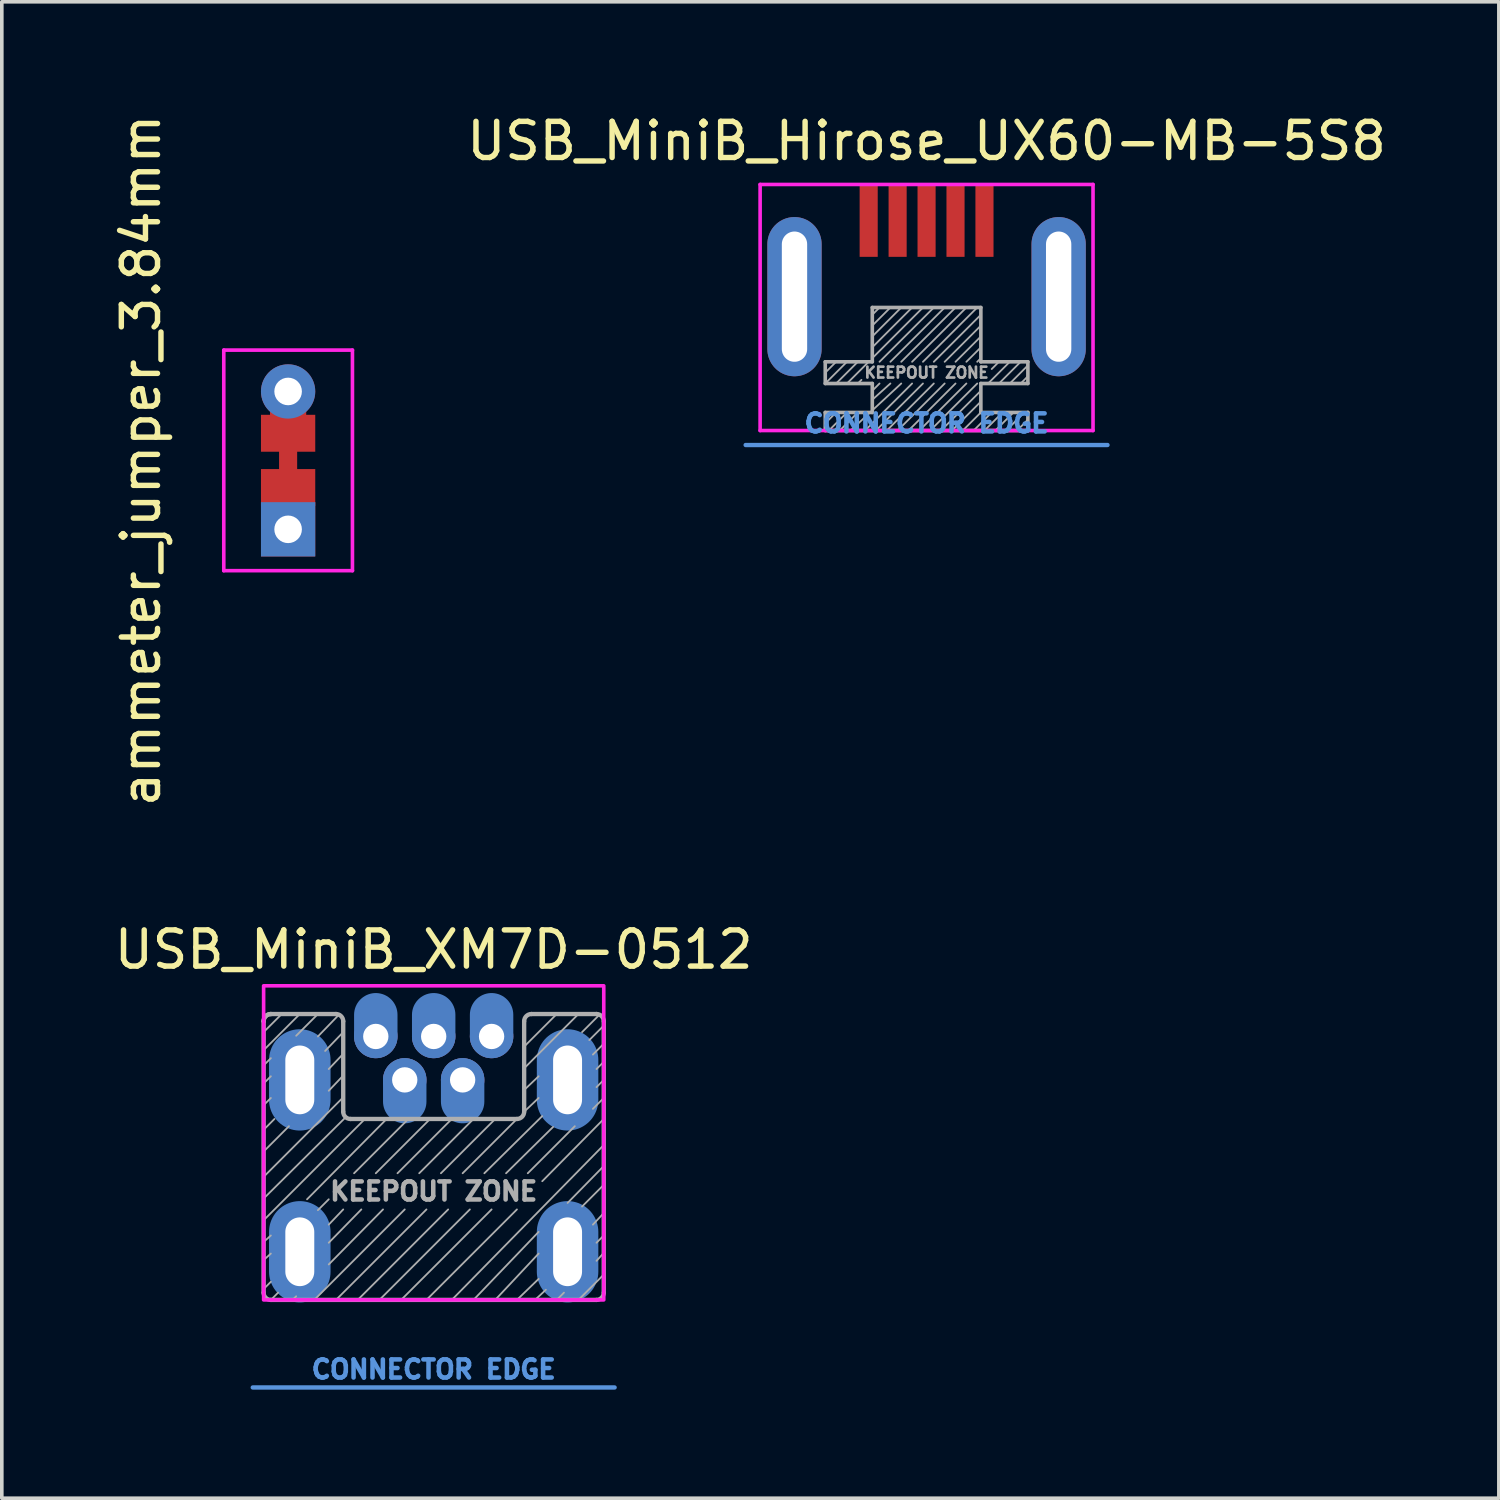
<source format=kicad_pcb>
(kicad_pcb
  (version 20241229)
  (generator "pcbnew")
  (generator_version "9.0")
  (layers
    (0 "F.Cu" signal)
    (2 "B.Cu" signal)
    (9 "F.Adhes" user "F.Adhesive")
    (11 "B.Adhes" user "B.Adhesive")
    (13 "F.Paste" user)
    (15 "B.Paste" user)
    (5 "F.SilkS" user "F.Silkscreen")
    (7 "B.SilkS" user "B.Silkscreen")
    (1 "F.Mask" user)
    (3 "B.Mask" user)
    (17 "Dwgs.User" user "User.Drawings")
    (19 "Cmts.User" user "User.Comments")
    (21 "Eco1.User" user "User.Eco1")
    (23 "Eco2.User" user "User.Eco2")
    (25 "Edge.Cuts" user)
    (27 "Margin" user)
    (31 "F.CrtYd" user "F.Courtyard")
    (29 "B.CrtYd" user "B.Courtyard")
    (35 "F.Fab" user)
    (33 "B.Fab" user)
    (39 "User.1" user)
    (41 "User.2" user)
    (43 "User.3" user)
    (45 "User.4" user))
  (footprint "ammeter_jumper_3.84mm"
    (layer "F.Cu")
    (at 4.912 9.673)
    (property "Reference" "ammeter_jumper_3.84mm" (at -4.064 0 90) (layer "F.SilkS") (effects (font (size 1 1) (thickness 0.15))))
    (attr through_hole exclude_from_bom)
    (fp_line (start 0 0.75) (end 0 -0.75) (stroke (width 0.5) (type default)) (layer "F.Cu"))
    (fp_line (start -1.778 3.048) (end -1.778 -3.048) (stroke (width 0.1) (type solid)) (layer "F.CrtYd"))
    (fp_line (start 1.778 -3.048) (end -1.778 -3.048) (stroke (width 0.1) (type solid)) (layer "F.CrtYd"))
    (fp_line (start 1.778 -3.048) (end 1.778 3.048) (stroke (width 0.1) (type solid)) (layer "F.CrtYd"))
    (fp_line (start 1.778 3.048) (end -1.778 3.048) (stroke (width 0.1) (type solid)) (layer "F.CrtYd"))
    (pad "1" thru_hole circle (at 0 -1.905) (size 1.5 1.5) (drill 0.762) (layers "*.Cu" "*.Mask"))
    (pad "1" smd custom (at 0 -0.75 270) (size 1.02 1.5) (layers "F.Cu" "F.Mask") (options (anchor rect)) (primitives (gr_line (start -1.155 0) (end 0 0) (width 1))))
    (pad "2" smd custom (at 0 0.75 270) (size 1.02 1.5) (layers "F.Cu" "F.Mask") (options (anchor rect)) (primitives (gr_line (start -0.115 0) (end -0.115 0) (width 0.2)) (gr_line (start 0 0) (end 1.155 0) (width 1)) (gr_rect (start -0.365 -0.3) (end 0.135 0.3) (width 0) (fill yes))))
    (pad "2" thru_hole rect (at 0 1.905) (size 1.5 1.5) (drill 0.762) (layers "*.Cu" "*.Mask")))
  (footprint "USB_MiniB_Hirose_UX60-MB-5S8"
    (layer "F.Cu")
    (at 22.556 2.048)
    (property "Reference" "USB_MiniB_Hirose_UX60-MB-5S8" (at 0 -1.2 0) (layer "F.SilkS") (effects (font (size 1 1) (thickness 0.15))))
    (attr through_hole)
    (fp_line (start -5 7.2) (end 5 7.2) (stroke (width 0.12) (type solid)) (layer "Cmts.User"))
    (fp_line (start -4.6 0) (end 4.6 0) (stroke (width 0.1) (type solid)) (layer "F.CrtYd"))
    (fp_line (start -4.6 6.8) (end -4.6 0) (stroke (width 0.1) (type solid)) (layer "F.CrtYd"))
    (fp_line (start -4.6 6.8) (end 4.6 6.8) (stroke (width 0.1) (type solid)) (layer "F.CrtYd"))
    (fp_line (start 4.6 6.8) (end 4.6 0) (stroke (width 0.1) (type solid)) (layer "F.CrtYd"))
    (fp_line (start -2.8 4.9) (end -2.8 5.5) (stroke (width 0.1) (type solid)) (layer "F.Fab"))
    (fp_line (start -2.8 4.9) (end -1.5 4.9) (stroke (width 0.1) (type solid)) (layer "F.Fab"))
    (fp_line (start -2.8 5.2) (end -2.5 4.9) (stroke (width 0.05) (type solid)) (layer "F.Fab"))
    (fp_line (start -2.8 5.5) (end -2.2 4.9) (stroke (width 0.05) (type solid)) (layer "F.Fab"))
    (fp_line (start -2.8 5.5) (end -1.5 5.5) (stroke (width 0.1) (type solid)) (layer "F.Fab"))
    (fp_line (start -2.8 6.3) (end -2.8 6.8) (stroke (width 0.1) (type solid)) (layer "F.Fab"))
    (fp_line (start -2.8 6.3) (end -1.5 6.3) (stroke (width 0.1) (type solid)) (layer "F.Fab"))
    (fp_line (start -2.8 6.6) (end -2.5 6.3) (stroke (width 0.05) (type solid)) (layer "F.Fab"))
    (fp_line (start -2.7 6.8) (end -2.2 6.3) (stroke (width 0.05) (type solid)) (layer "F.Fab"))
    (fp_line (start -2.5 5.5) (end -1.9 4.9) (stroke (width 0.05) (type solid)) (layer "F.Fab"))
    (fp_line (start -2.4 6.8) (end -1.9 6.3) (stroke (width 0.05) (type solid)) (layer "F.Fab"))
    (fp_line (start -2.2 5.5) (end -1.6 4.9) (stroke (width 0.05) (type solid)) (layer "F.Fab"))
    (fp_line (start -2.1 6.8) (end -0.7 5.5) (stroke (width 0.05) (type solid)) (layer "F.Fab"))
    (fp_line (start -1.9 5.5) (end -1.8 5.4) (stroke (width 0.05) (type solid)) (layer "F.Fab"))
    (fp_line (start -1.7 6.8) (end -0.4 5.5) (stroke (width 0.05) (type solid)) (layer "F.Fab"))
    (fp_line (start -1.5 3.4) (end -1.5 4.9) (stroke (width 0.1) (type solid)) (layer "F.Fab"))
    (fp_line (start -1.5 3.4) (end 1.5 3.4) (stroke (width 0.1) (type solid)) (layer "F.Fab"))
    (fp_line (start -1.5 3.6) (end -1.3 3.4) (stroke (width 0.05) (type solid)) (layer "F.Fab"))
    (fp_line (start -1.5 3.9) (end -1 3.4) (stroke (width 0.05) (type solid)) (layer "F.Fab"))
    (fp_line (start -1.5 4.2) (end -0.7 3.4) (stroke (width 0.05) (type solid)) (layer "F.Fab"))
    (fp_line (start -1.5 4.5) (end -0.4 3.4) (stroke (width 0.05) (type solid)) (layer "F.Fab"))
    (fp_line (start -1.5 4.8) (end -0.1 3.4) (stroke (width 0.05) (type solid)) (layer "F.Fab"))
    (fp_line (start -1.5 5.7) (end -1.3 5.5) (stroke (width 0.05) (type solid)) (layer "F.Fab"))
    (fp_line (start -1.5 5.95) (end -1 5.5) (stroke (width 0.05) (type solid)) (layer "F.Fab"))
    (fp_line (start -1.5 6.3) (end -1.5 5.5) (stroke (width 0.1) (type solid)) (layer "F.Fab"))
    (fp_line (start -1.4 6.8) (end -0.1 5.5) (stroke (width 0.05) (type solid)) (layer "F.Fab"))
    (fp_line (start -1.3 4.9) (end 0.2 3.4) (stroke (width 0.05) (type solid)) (layer "F.Fab"))
    (fp_line (start -1.1 6.8) (end 0.2 5.5) (stroke (width 0.05) (type solid)) (layer "F.Fab"))
    (fp_line (start -1 4.9) (end 0.5 3.4) (stroke (width 0.05) (type solid)) (layer "F.Fab"))
    (fp_line (start -0.8 6.8) (end 0.5 5.5) (stroke (width 0.05) (type solid)) (layer "F.Fab"))
    (fp_line (start -0.7 4.9) (end 0.8 3.4) (stroke (width 0.05) (type solid)) (layer "F.Fab"))
    (fp_line (start -0.5 6.8) (end 0.8 5.5) (stroke (width 0.05) (type solid)) (layer "F.Fab"))
    (fp_line (start -0.4 4.9) (end 1.1 3.4) (stroke (width 0.05) (type solid)) (layer "F.Fab"))
    (fp_line (start -0.2 6.8) (end 1.1 5.5) (stroke (width 0.05) (type solid)) (layer "F.Fab"))
    (fp_line (start -0.1 4.9) (end 1.4 3.4) (stroke (width 0.05) (type solid)) (layer "F.Fab"))
    (fp_line (start 0.1 6.8) (end 1.4 5.5) (stroke (width 0.05) (type solid)) (layer "F.Fab"))
    (fp_line (start 0.2 4.9) (end 1.5 3.6) (stroke (width 0.05) (type solid)) (layer "F.Fab"))
    (fp_line (start 0.4 6.8) (end 1.5 5.7) (stroke (width 0.05) (type solid)) (layer "F.Fab"))
    (fp_line (start 0.5 4.9) (end 1.5 3.9) (stroke (width 0.05) (type solid)) (layer "F.Fab"))
    (fp_line (start 0.7 6.8) (end 1.5 6) (stroke (width 0.05) (type solid)) (layer "F.Fab"))
    (fp_line (start 0.8 4.9) (end 1.5 4.2) (stroke (width 0.05) (type solid)) (layer "F.Fab"))
    (fp_line (start 1 6.8) (end 1.5 6.3) (stroke (width 0.05) (type solid)) (layer "F.Fab"))
    (fp_line (start 1.1 4.9) (end 1.5 4.5) (stroke (width 0.05) (type solid)) (layer "F.Fab"))
    (fp_line (start 1.3 6.8) (end 1.8 6.3) (stroke (width 0.05) (type solid)) (layer "F.Fab"))
    (fp_line (start 1.4 4.9) (end 1.5 4.8) (stroke (width 0.05) (type solid)) (layer "F.Fab"))
    (fp_line (start 1.5 3.4) (end 1.5 4.9) (stroke (width 0.1) (type solid)) (layer "F.Fab"))
    (fp_line (start 1.5 4.9) (end 2.8 4.9) (stroke (width 0.1) (type solid)) (layer "F.Fab"))
    (fp_line (start 1.5 5.5) (end 2.8 5.5) (stroke (width 0.1) (type solid)) (layer "F.Fab"))
    (fp_line (start 1.5 6.3) (end 1.5 5.5) (stroke (width 0.1) (type solid)) (layer "F.Fab"))
    (fp_line (start 1.5 6.3) (end 2.8 6.3) (stroke (width 0.1) (type solid)) (layer "F.Fab"))
    (fp_line (start 1.6 6.8) (end 2.1 6.3) (stroke (width 0.05) (type solid)) (layer "F.Fab"))
    (fp_line (start 1.7 5.5) (end 2.3 4.9) (stroke (width 0.05) (type solid)) (layer "F.Fab"))
    (fp_line (start 1.8 5.1) (end 2 4.9) (stroke (width 0.05) (type solid)) (layer "F.Fab"))
    (fp_line (start 1.9 6.8) (end 2.4 6.3) (stroke (width 0.05) (type solid)) (layer "F.Fab"))
    (fp_line (start 2 5.5) (end 2.6 4.9) (stroke (width 0.05) (type solid)) (layer "F.Fab"))
    (fp_line (start 2.2 6.8) (end 2.7 6.3) (stroke (width 0.05) (type solid)) (layer "F.Fab"))
    (fp_line (start 2.3 5.5) (end 2.8 5) (stroke (width 0.05) (type solid)) (layer "F.Fab"))
    (fp_line (start 2.5 6.8) (end 2.8 6.5) (stroke (width 0.05) (type solid)) (layer "F.Fab"))
    (fp_line (start 2.6 5.5) (end 2.8 5.3) (stroke (width 0.05) (type solid)) (layer "F.Fab"))
    (fp_line (start 2.8 4.9) (end 2.8 5.5) (stroke (width 0.1) (type solid)) (layer "F.Fab"))
    (fp_line (start 2.8 6.3) (end 2.8 6.8) (stroke (width 0.1) (type solid)) (layer "F.Fab"))
    (fp_line (start 2.8 6.8) (end -2.8 6.8) (stroke (width 0.1) (type solid)) (layer "F.Fab"))
    (fp_text user "CONNECTOR EDGE" (at 0 6.6 0) (layer "Cmts.User") (effects (font (size 0.5 0.5) (thickness 0.125))))
    (fp_text user "KEEPOUT ZONE" (at 0 5.2 0) (layer "F.Fab") (effects (font (size 0.3 0.3) (thickness 0.075))))
    (pad "1" smd rect (at -1.6 1) (size 0.5 2) (layers "F.Cu" "F.Mask" "F.Paste"))
    (pad "2" smd rect (at -0.8 1) (size 0.5 2) (layers "F.Cu" "F.Mask" "F.Paste"))
    (pad "3" smd rect (at 0 1) (size 0.5 2) (layers "F.Cu" "F.Mask" "F.Paste"))
    (pad "4" smd rect (at 0.8 1) (size 0.5 2) (layers "F.Cu" "F.Mask" "F.Paste"))
    (pad "5" smd rect (at 1.6 1) (size 0.5 2) (layers "F.Cu" "F.Mask" "F.Paste"))
    (pad "6" thru_hole oval (at -3.65 3.1) (size 1.5 4.4) (drill oval 0.7 3.6) (layers "*.Cu" "*.Mask"))
    (pad "6" thru_hole oval (at 3.65 3.1) (size 1.5 4.4) (drill oval 0.7 3.6) (layers "*.Cu" "*.Mask")))
  (footprint "USB_MiniB_XM7D-0512"
    (layer "F.Cu")
    (at 8.935 26.793)
    (property "Reference" "USB_MiniB_XM7D-0512" (at 0 -3.6 0) (layer "F.SilkS") (effects (font (size 1 1) (thickness 0.15))))
    (attr through_hole)
    (fp_line (start -5 8.5) (end 5 8.5) (stroke (width 0.12) (type solid)) (layer "Cmts.User"))
    (fp_rect (start -4.7 -2.6) (end 4.7 6.08) (stroke (width 0.1) (type solid)) (fill no) (layer "F.CrtYd"))
    (fp_line (start -4.7 -1.32) (end -4.2 -1.82) (stroke (width 0.05) (type solid)) (layer "F.Fab"))
    (fp_line (start -4.7 -0.82) (end -3.7 -1.82) (stroke (width 0.05) (type solid)) (layer "F.Fab"))
    (fp_line (start -4.7 -0.4) (end -4.5 -0.6) (stroke (width 0.05) (type solid)) (layer "F.Fab"))
    (fp_line (start -4.7 0.1) (end -4.5 -0.1) (stroke (width 0.05) (type solid)) (layer "F.Fab"))
    (fp_line (start -4.7 0.7) (end -4.5 0.5) (stroke (width 0.05) (type solid)) (layer "F.Fab"))
    (fp_line (start -4.7 1.38) (end -4.4 1.08) (stroke (width 0.05) (type solid)) (layer "F.Fab"))
    (fp_line (start -4.7 1.98) (end -4 1.28) (stroke (width 0.05) (type solid)) (layer "F.Fab"))
    (fp_line (start -4.7 2.68) (end -2.5 0.48) (stroke (width 0.05) (type solid)) (layer "F.Fab"))
    (fp_line (start -4.7 3.28) (end -2.45 1.05) (stroke (width 0.05) (type solid)) (layer "F.Fab"))
    (fp_line (start -4.7 3.88) (end -1.9 1.08) (stroke (width 0.05) (type solid)) (layer "F.Fab"))
    (fp_line (start -4.7 4.48) (end -4.5 4.3) (stroke (width 0.05) (type solid)) (layer "F.Fab"))
    (fp_line (start -4.7 4.98) (end -4.5 4.8) (stroke (width 0.05) (type solid)) (layer "F.Fab"))
    (fp_line (start -4.7 5.78) (end -4.5 5.58) (stroke (width 0.05) (type solid)) (layer "F.Fab"))
    (fp_line (start -4.7 5.88) (end -4.7 -1.62) (stroke (width 0.12) (type solid)) (layer "F.Fab"))
    (fp_line (start -4.5 -1.82) (end -2.7 -1.82) (stroke (width 0.12) (type solid)) (layer "F.Fab"))
    (fp_line (start -4.5 6.08) (end -4.3 5.88) (stroke (width 0.05) (type solid)) (layer "F.Fab"))
    (fp_line (start -3.9 6.08) (end -3.8 5.98) (stroke (width 0.05) (type solid)) (layer "F.Fab"))
    (fp_line (start -3.8 -1.22) (end -3.2 -1.82) (stroke (width 0.05) (type solid)) (layer "F.Fab"))
    (fp_line (start -3.5 3.3) (end -1.3 1.08) (stroke (width 0.05) (type solid)) (layer "F.Fab"))
    (fp_line (start -3.3 6.08) (end -0.8 3.58) (stroke (width 0.05) (type solid)) (layer "F.Fab"))
    (fp_line (start -3.2 -1.2) (end -2.6 -1.82) (stroke (width 0.05) (type solid)) (layer "F.Fab"))
    (fp_line (start -3.2 3.6) (end -2.9 3.3) (stroke (width 0.05) (type solid)) (layer "F.Fab"))
    (fp_line (start -3 -0.8) (end -2.5 -1.32) (stroke (width 0.05) (type solid)) (layer "F.Fab"))
    (fp_line (start -2.9 -0.3) (end -2.5 -0.72) (stroke (width 0.05) (type solid)) (layer "F.Fab"))
    (fp_line (start -2.9 0.3) (end -2.5 -0.12) (stroke (width 0.05) (type solid)) (layer "F.Fab"))
    (fp_line (start -2.9 4) (end -2.5 3.58) (stroke (width 0.05) (type solid)) (layer "F.Fab"))
    (fp_line (start -2.9 4.5) (end -2 3.58) (stroke (width 0.05) (type solid)) (layer "F.Fab"))
    (fp_line (start -2.9 5.1) (end -1.4 3.58) (stroke (width 0.05) (type solid)) (layer "F.Fab"))
    (fp_line (start -2.7 6.08) (end -0.2 3.58) (stroke (width 0.05) (type solid)) (layer "F.Fab"))
    (fp_line (start -2.5 -1.62) (end -2.5 0.88) (stroke (width 0.12) (type solid)) (layer "F.Fab"))
    (fp_line (start -2.3 1.08) (end 2.3 1.08) (stroke (width 0.12) (type solid)) (layer "F.Fab"))
    (fp_line (start -2.2 2.58) (end -0.7 1.08) (stroke (width 0.05) (type solid)) (layer "F.Fab"))
    (fp_line (start -2.1 6.08) (end 0.4 3.58) (stroke (width 0.05) (type solid)) (layer "F.Fab"))
    (fp_line (start -1.6 2.58) (end -0.1 1.08) (stroke (width 0.05) (type solid)) (layer "F.Fab"))
    (fp_line (start -1.5 6.08) (end 1 3.58) (stroke (width 0.05) (type solid)) (layer "F.Fab"))
    (fp_line (start -1 2.58) (end 0.5 1.08) (stroke (width 0.05) (type solid)) (layer "F.Fab"))
    (fp_line (start -0.9 6.08) (end 1.6 3.58) (stroke (width 0.05) (type solid)) (layer "F.Fab"))
    (fp_line (start -0.4 2.58) (end 1.1 1.08) (stroke (width 0.05) (type solid)) (layer "F.Fab"))
    (fp_line (start -0.2 6.08) (end 2.3 3.58) (stroke (width 0.05) (type solid)) (layer "F.Fab"))
    (fp_line (start 0.2 2.58) (end 1.7 1.08) (stroke (width 0.05) (type solid)) (layer "F.Fab"))
    (fp_line (start 0.5 6.08) (end 4.7 1.8) (stroke (width 0.05) (type solid)) (layer "F.Fab"))
    (fp_line (start 0.8 2.58) (end 2.3 1.08) (stroke (width 0.05) (type solid)) (layer "F.Fab"))
    (fp_line (start 1.1 6.08) (end 2.9 4.2) (stroke (width 0.05) (type solid)) (layer "F.Fab"))
    (fp_line (start 1.4 2.58) (end 3 1) (stroke (width 0.05) (type solid)) (layer "F.Fab"))
    (fp_line (start 1.7 6.08) (end 2.9 4.8) (stroke (width 0.05) (type solid)) (layer "F.Fab"))
    (fp_line (start 2 2.58) (end 3.3 1.3) (stroke (width 0.05) (type solid)) (layer "F.Fab"))
    (fp_line (start 2.3 6.08) (end 2.9 5.5) (stroke (width 0.05) (type solid)) (layer "F.Fab"))
    (fp_line (start 2.5 -0.92) (end 3.4 -1.82) (stroke (width 0.05) (type solid)) (layer "F.Fab"))
    (fp_line (start 2.5 -0.32) (end 4 -1.82) (stroke (width 0.05) (type solid)) (layer "F.Fab"))
    (fp_line (start 2.5 0.28) (end 2.9 -0.1) (stroke (width 0.05) (type solid)) (layer "F.Fab"))
    (fp_line (start 2.5 0.88) (end 2.5 -1.62) (stroke (width 0.12) (type solid)) (layer "F.Fab"))
    (fp_line (start 2.5 0.88) (end 2.9 0.5) (stroke (width 0.05) (type solid)) (layer "F.Fab"))
    (fp_line (start 2.6 2.58) (end 3.9 1.28) (stroke (width 0.05) (type solid)) (layer "F.Fab"))
    (fp_line (start 2.7 -1.82) (end 4.5 -1.82) (stroke (width 0.12) (type solid)) (layer "F.Fab"))
    (fp_line (start 2.8 6.08) (end 3.1 5.8) (stroke (width 0.05) (type solid)) (layer "F.Fab"))
    (fp_line (start 3 2.8) (end 4.7 1.08) (stroke (width 0.05) (type solid)) (layer "F.Fab"))
    (fp_line (start 3.4 6.08) (end 3.6 5.88) (stroke (width 0.05) (type solid)) (layer "F.Fab"))
    (fp_line (start 3.7 3.4) (end 4.7 2.38) (stroke (width 0.05) (type solid)) (layer "F.Fab"))
    (fp_line (start 4 6.08) (end 4.7 5.38) (stroke (width 0.05) (type solid)) (layer "F.Fab"))
    (fp_line (start 4.1 -1.32) (end 4.6 -1.82) (stroke (width 0.05) (type solid)) (layer "F.Fab"))
    (fp_line (start 4.1 3.5) (end 4.7 2.9) (stroke (width 0.05) (type solid)) (layer "F.Fab"))
    (fp_line (start 4.3 -1.1) (end 4.7 -1.5) (stroke (width 0.05) (type solid)) (layer "F.Fab"))
    (fp_line (start 4.4 -0.7) (end 4.7 -1) (stroke (width 0.05) (type solid)) (layer "F.Fab"))
    (fp_line (start 4.4 0.8) (end 4.7 0.5) (stroke (width 0.05) (type solid)) (layer "F.Fab"))
    (fp_line (start 4.4 4) (end 4.7 3.68) (stroke (width 0.05) (type solid)) (layer "F.Fab"))
    (fp_line (start 4.5 -0.3) (end 4.7 -0.5) (stroke (width 0.05) (type solid)) (layer "F.Fab"))
    (fp_line (start 4.5 0.2) (end 4.7 0) (stroke (width 0.05) (type solid)) (layer "F.Fab"))
    (fp_line (start 4.5 4.5) (end 4.7 4.3) (stroke (width 0.05) (type solid)) (layer "F.Fab"))
    (fp_line (start 4.5 5) (end 4.7 4.78) (stroke (width 0.05) (type solid)) (layer "F.Fab"))
    (fp_line (start 4.5 6.08) (end -4.5 6.08) (stroke (width 0.12) (type solid)) (layer "F.Fab"))
    (fp_line (start 4.7 -1.62) (end 4.7 5.88) (stroke (width 0.12) (type solid)) (layer "F.Fab"))
    (fp_arc (start -4.7 -1.62) (mid -4.641421 -1.761421) (end -4.5 -1.82) (stroke (width 0.12) (type solid)) (layer "F.Fab"))
    (fp_arc (start -4.7 -1.62) (mid -4.641421 -1.761421) (end -4.5 -1.82) (stroke (width 0.12) (type solid)) (layer "F.Fab"))
    (fp_arc (start -4.5 6.08) (mid -4.641421 6.021421) (end -4.7 5.88) (stroke (width 0.12) (type solid)) (layer "F.Fab"))
    (fp_arc (start -2.7 -1.82) (mid -2.558579 -1.761421) (end -2.5 -1.62) (stroke (width 0.12) (type solid)) (layer "F.Fab"))
    (fp_arc (start -2.3 1.08) (mid -2.441421 1.021421) (end -2.5 0.88) (stroke (width 0.12) (type solid)) (layer "F.Fab"))
    (fp_arc (start 2.5 -1.62) (mid 2.558579 -1.761421) (end 2.7 -1.82) (stroke (width 0.12) (type solid)) (layer "F.Fab"))
    (fp_arc (start 2.5 0.88) (mid 2.441421 1.021421) (end 2.3 1.08) (stroke (width 0.12) (type solid)) (layer "F.Fab"))
    (fp_arc (start 4.5 -1.82) (mid 4.641421 -1.761421) (end 4.7 -1.62) (stroke (width 0.12) (type solid)) (layer "F.Fab"))
    (fp_arc (start 4.7 5.88) (mid 4.641421 6.021421) (end 4.5 6.08) (stroke (width 0.12) (type solid)) (layer "F.Fab"))
    (fp_text user "CONNECTOR EDGE" (at 0 8 0) (layer "Cmts.User") (effects (font (size 0.5 0.5) (thickness 0.125))))
    (fp_text user "KEEPOUT ZONE" (at 0 3.08 0) (layer "F.Fab") (effects (font (size 0.5 0.5) (thickness 0.125))))
    (pad "1" smd oval (at -1.6 -1.5) (size 1.2 1.8) (layers "B.Cu" "B.Mask"))
    (pad "1" thru_hole circle (at -1.6 -1.2) (size 1.2 1.2) (drill 0.7) (layers "*.Cu" "*.Mask"))
    (pad "2" thru_hole circle (at -0.8 0) (size 1.2 1.2) (drill 0.7) (layers "*.Cu" "*.Mask"))
    (pad "2" smd oval (at -0.8 0.3) (size 1.2 1.8) (layers "B.Cu" "B.Mask"))
    (pad "3" smd oval (at 0 -1.5) (size 1.2 1.8) (layers "B.Cu" "B.Mask"))
    (pad "3" thru_hole circle (at 0 -1.2) (size 1.2 1.2) (drill 0.7) (layers "*.Cu" "*.Mask"))
    (pad "4" thru_hole circle (at 0.8 0) (size 1.2 1.2) (drill 0.7) (layers "*.Cu" "*.Mask"))
    (pad "4" smd oval (at 0.8 0.3) (size 1.2 1.8) (layers "B.Cu" "B.Mask"))
    (pad "5" smd oval (at 1.6 -1.5) (size 1.2 1.8) (layers "B.Cu" "B.Mask"))
    (pad "5" thru_hole circle (at 1.6 -1.2) (size 1.2 1.2) (drill 0.7) (layers "*.Cu" "*.Mask"))
    (pad "6" thru_hole oval (at -3.7 0) (size 1.3 2.4) (drill oval 0.8 1.9) (layers "*.Cu" "*.Mask"))
    (pad "6" smd oval (at -3.7 0) (size 1.7 2.8) (layers "B.Cu" "B.Mask"))
    (pad "6" thru_hole oval (at -3.7 4.75) (size 1.3 2.4) (drill oval 0.8 1.9) (layers "*.Cu" "*.Mask"))
    (pad "6" smd oval (at -3.7 4.75) (size 1.7 2.8) (layers "B.Cu" "B.Mask"))
    (pad "6" thru_hole oval (at 3.7 0) (size 1.3 2.4) (drill oval 0.8 1.9) (layers "*.Cu" "*.Mask"))
    (pad "6" smd oval (at 3.7 0) (size 1.7 2.8) (layers "B.Cu" "B.Mask"))
    (pad "6" thru_hole oval (at 3.7 4.75) (size 1.3 2.4) (drill oval 0.8 1.9) (layers "*.Cu" "*.Mask"))
    (pad "6" smd oval (at 3.7 4.75) (size 1.7 2.8) (layers "B.Cu" "B.Mask"))
    (zone (net_name "") (layer "F.Cu") (hatch edge 0.508) (connect_pads) (min_thickness 0.254) (filled_areas_thickness no) (keepout (tracks not_allowed) (vias not_allowed) (pads not_allowed) (copperpour not_allowed) (footprints allowed)) (placement (enabled no)) (fill) (polygon (pts (xy 13.635 32.873) (xy 4.235 32.868) (xy 4.235 24.993) (xy 6.435 24.993) (xy 6.435 27.873) (xy 11.435 27.873) (xy 11.435 24.968) (xy 13.635 24.968)))))
  (gr_rect
    (start -3 -3)
    (end 38.371 38.353)
    (stroke (width 0.1) (type default))
    (fill no)
    (layer "Edge.Cuts")))
</source>
